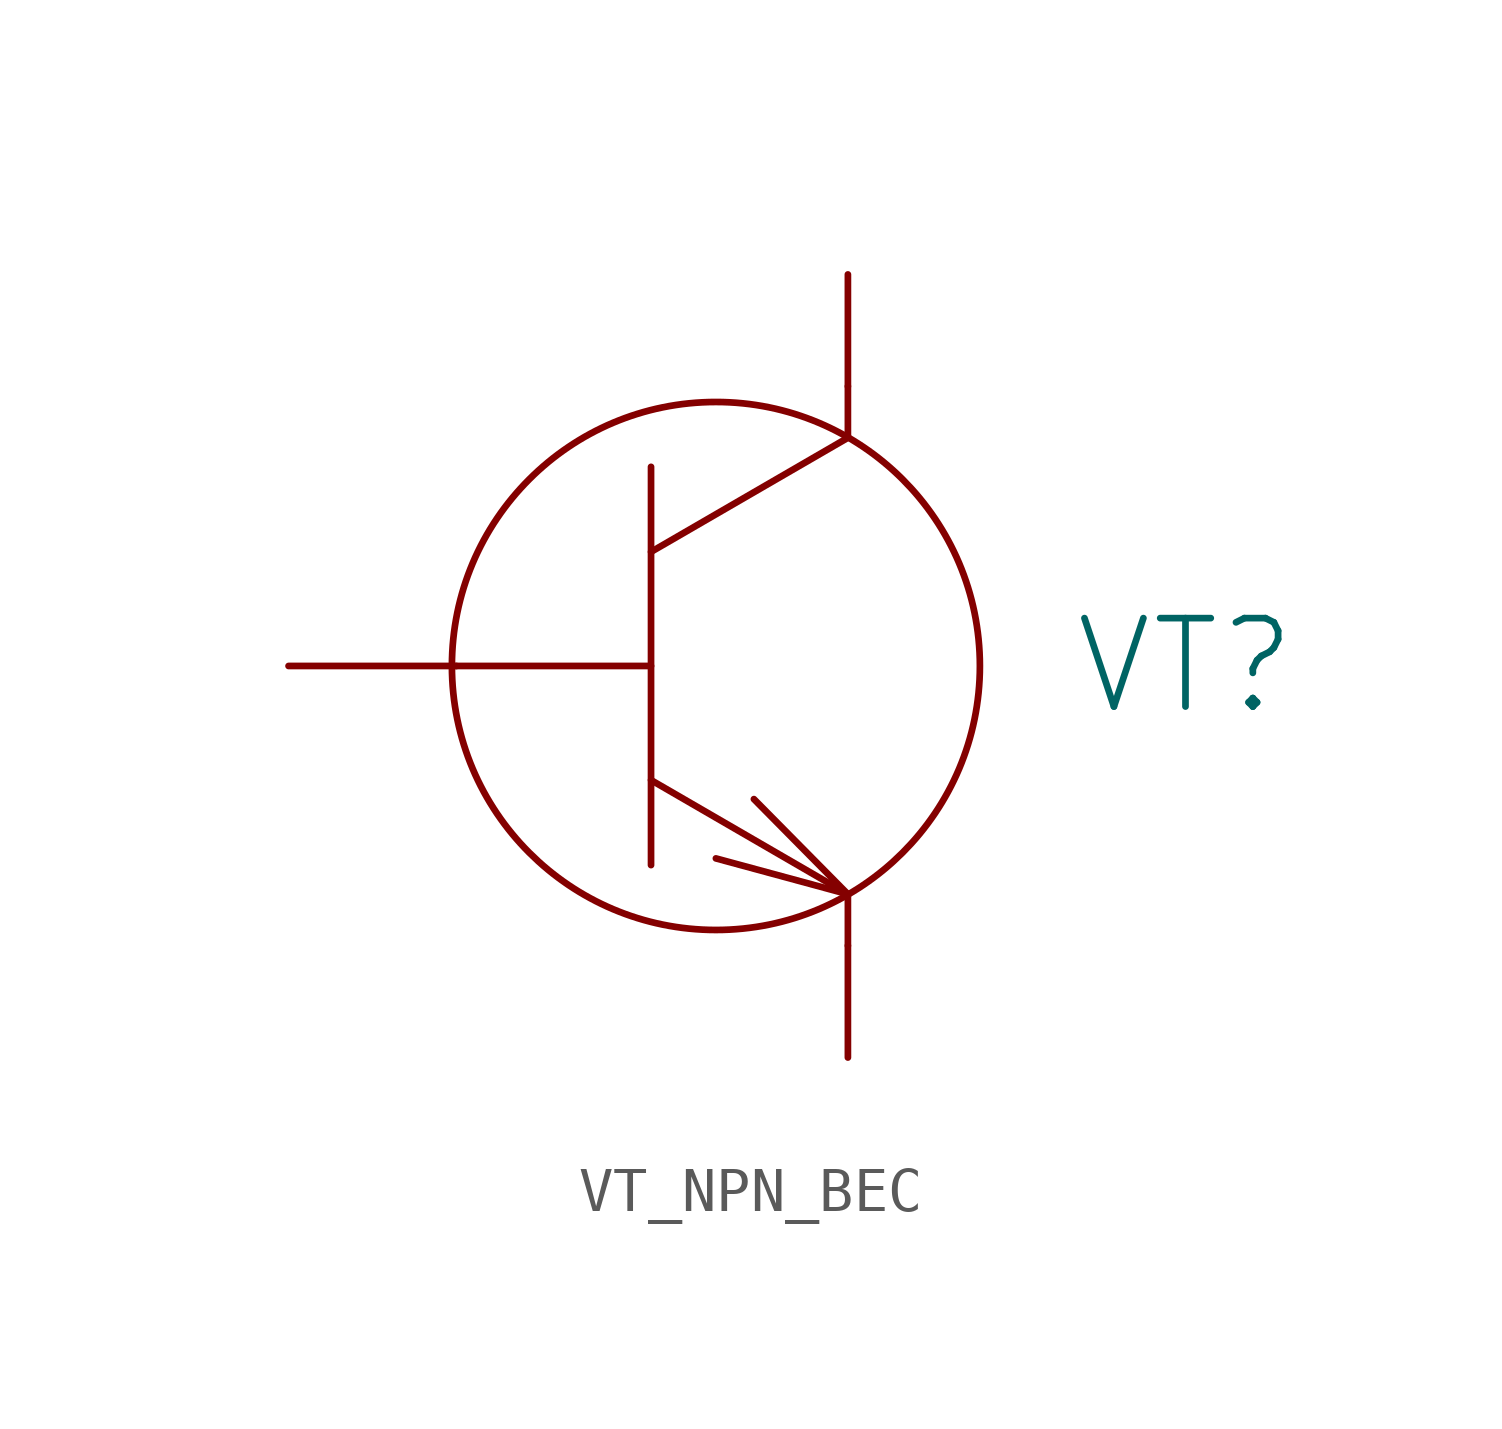
<source format=kicad_sym>
(kicad_symbol_lib
  (version 20231120)
  (generator "kicad_symbol_editor")
  (generator_version "8.0")
  (symbol "VT_NPN_BEC"
    (pin_numbers hide)
    (pin_names
      (offset 0) hide)
    (property "Reference" "VT"
      (at 8.89 0 0)
      (effects (font (size 2.007 2.007)) (justify left)))
    (symbol "VT_NPN_BEC_0_1"
      (polyline (pts (xy -5.08 0) (xy -0.66 0)) (stroke (width 0) (type solid)) (fill (type none)))
      (polyline (pts (xy -0.66 -2.591) (xy 3.81 -5.182)) (stroke (width 0) (type solid)) (fill (type none)))
      (polyline (pts (xy -0.66 2.591) (xy 3.81 5.182)) (stroke (width 0) (type solid)) (fill (type none)))
      (polyline (pts (xy -0.66 4.521) (xy -0.66 -4.521)) (stroke (width 0) (type solid)) (fill (type none)))
      (polyline (pts (xy 3.81 -6.35) (xy 3.81 -5.182)) (stroke (width 0) (type solid)) (fill (type none)))
      (polyline (pts (xy 3.81 -5.182) (xy 0.813 -4.369)) (stroke (width 0) (type solid)) (fill (type none)))
      (polyline (pts (xy 3.81 -5.182) (xy 1.676 -3.023)) (stroke (width 0) (type solid)) (fill (type none)))
      (polyline (pts (xy 3.81 6.35) (xy 3.81 5.232)) (stroke (width 0) (type solid)) (fill (type none)))
      (circle (center 0.813 0) (radius 5.994) (stroke (width 0) (type solid)) (fill (type none))))
    (symbol "VT_NPN_BEC_1_1"
      (pin passive line (at -8.89 0 0) (length 3.81) (name "B" (effects (font (size 2.007 2.007)))) (number "1" (effects (font (size 2.007 2.007)))))
      (pin passive line (at 3.81 -8.89 90) (length 2.54) (name "E" (effects (font (size 2.007 2.007)))) (number "2" (effects (font (size 2.007 2.007)))))
      (pin passive line (at 3.81 8.89 270) (length 2.54) (name "C" (effects (font (size 2.007 2.007)))) (number "3" (effects (font (size 2.007 2.007))))))))
</source>
